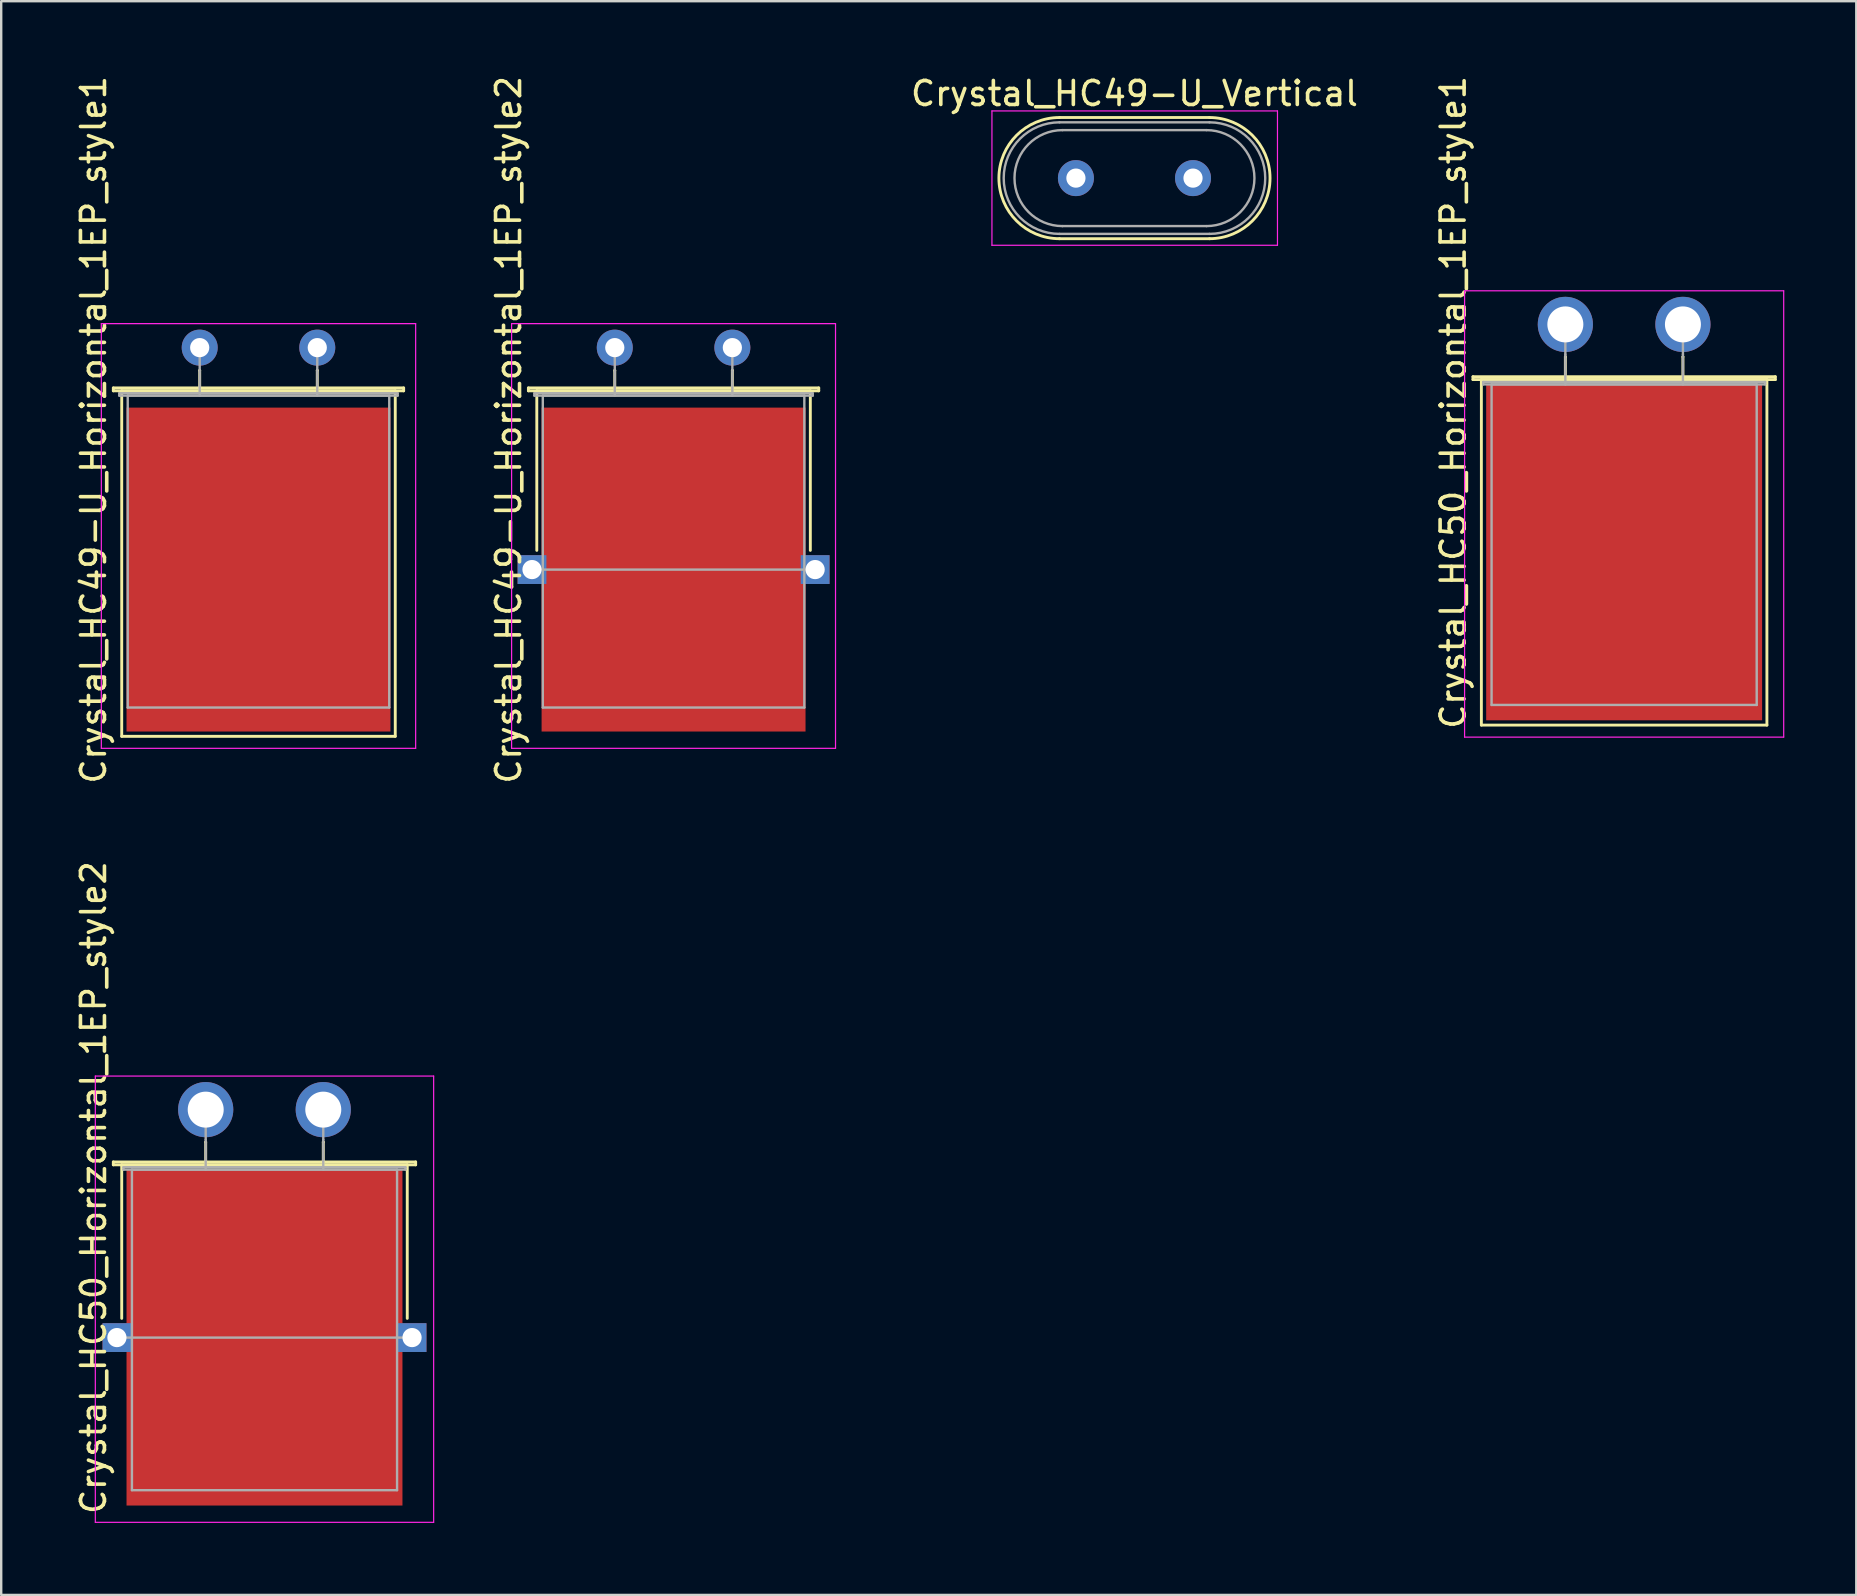
<source format=kicad_pcb>
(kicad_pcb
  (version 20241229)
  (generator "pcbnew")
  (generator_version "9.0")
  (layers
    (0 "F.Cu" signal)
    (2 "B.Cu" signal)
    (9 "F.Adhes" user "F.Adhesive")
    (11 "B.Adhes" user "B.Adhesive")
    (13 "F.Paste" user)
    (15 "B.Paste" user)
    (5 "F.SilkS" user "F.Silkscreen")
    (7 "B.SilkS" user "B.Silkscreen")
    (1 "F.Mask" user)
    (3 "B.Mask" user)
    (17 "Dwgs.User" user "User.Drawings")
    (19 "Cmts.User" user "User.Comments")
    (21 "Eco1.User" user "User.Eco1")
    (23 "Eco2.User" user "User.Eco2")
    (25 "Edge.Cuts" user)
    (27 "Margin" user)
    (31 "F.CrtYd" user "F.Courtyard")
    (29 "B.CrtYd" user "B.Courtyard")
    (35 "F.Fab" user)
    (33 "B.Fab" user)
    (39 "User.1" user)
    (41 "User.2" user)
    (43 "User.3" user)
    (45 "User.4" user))
  (footprint "Crystal_HC49-U_Vertical"
    (layer "F.Cu")
    (at 41.791 4.373)
    (property "Reference" "Crystal_HC49-U_Vertical" (at 2.44 -3.525 0) (layer "F.SilkS") (effects (font (size 1 1) (thickness 0.15))))
    (attr through_hole)
    (fp_line (start -0.685 -2.525) (end 5.565 -2.525) (stroke (width 0.12) (type solid)) (layer "F.SilkS"))
    (fp_line (start -0.685 2.525) (end 5.565 2.525) (stroke (width 0.12) (type solid)) (layer "F.SilkS"))
    (fp_arc (start -0.685 2.525) (mid -3.21 0) (end -0.685 -2.525) (stroke (width 0.12) (type solid)) (layer "F.SilkS"))
    (fp_arc (start 5.565 -2.525) (mid 8.09 0) (end 5.565 2.525) (stroke (width 0.12) (type solid)) (layer "F.SilkS"))
    (fp_line (start -3.5 -2.8) (end -3.5 2.8) (stroke (width 0.05) (type solid)) (layer "F.CrtYd"))
    (fp_line (start -3.5 2.8) (end 8.4 2.8) (stroke (width 0.05) (type solid)) (layer "F.CrtYd"))
    (fp_line (start 8.4 -2.8) (end -3.5 -2.8) (stroke (width 0.05) (type solid)) (layer "F.CrtYd"))
    (fp_line (start 8.4 2.8) (end 8.4 -2.8) (stroke (width 0.05) (type solid)) (layer "F.CrtYd"))
    (fp_line (start -0.685 -2.325) (end 5.565 -2.325) (stroke (width 0.1) (type solid)) (layer "F.Fab"))
    (fp_line (start -0.685 2.325) (end 5.565 2.325) (stroke (width 0.1) (type solid)) (layer "F.Fab"))
    (fp_line (start -0.56 -2) (end 5.44 -2) (stroke (width 0.1) (type solid)) (layer "F.Fab"))
    (fp_line (start -0.56 2) (end 5.44 2) (stroke (width 0.1) (type solid)) (layer "F.Fab"))
    (fp_arc (start -0.685 2.325) (mid -3.01 0) (end -0.685 -2.325) (stroke (width 0.1) (type solid)) (layer "F.Fab"))
    (fp_arc (start -0.56 2) (mid -2.56 0) (end -0.56 -2) (stroke (width 0.1) (type solid)) (layer "F.Fab"))
    (fp_arc (start 5.44 -2) (mid 7.44 0) (end 5.44 2) (stroke (width 0.1) (type solid)) (layer "F.Fab"))
    (fp_arc (start 5.565 -2.325) (mid 7.89 0) (end 5.565 2.325) (stroke (width 0.1) (type solid)) (layer "F.Fab"))
    (pad "1" thru_hole circle (at 0 0) (size 1.5 1.5) (drill 0.8) (layers "*.Cu" "*.Mask"))
    (pad "2" thru_hole circle (at 4.88 0) (size 1.5 1.5) (drill 0.8) (layers "*.Cu" "*.Mask")))
  (footprint "Crystal_HC50_Horizontal_1EP_style1"
    (layer "F.Cu")
    (at 62.189 10.47)
    (property "Reference" "Crystal_HC50_Horizontal_1EP_style1" (at -4.675 3.25 90) (layer "F.SilkS") (effects (font (size 1 1) (thickness 0.15))))
    (attr through_hole)
    (fp_line (start -3.85 2.18) (end 8.75 2.18) (stroke (width 0.12) (type solid)) (layer "F.SilkS"))
    (fp_line (start -3.85 2.3) (end -3.85 2.18) (stroke (width 0.12) (type solid)) (layer "F.SilkS"))
    (fp_line (start -3.5 2.3) (end -3.5 16.7) (stroke (width 0.12) (type solid)) (layer "F.SilkS"))
    (fp_line (start -3.5 16.7) (end 8.4 16.7) (stroke (width 0.12) (type solid)) (layer "F.SilkS"))
    (fp_line (start 0 1.35) (end 0 1.35) (stroke (width 0.12) (type solid)) (layer "F.SilkS"))
    (fp_line (start 0 2.3) (end 0 1.35) (stroke (width 0.12) (type solid)) (layer "F.SilkS"))
    (fp_line (start 4.9 1.35) (end 4.9 1.35) (stroke (width 0.12) (type solid)) (layer "F.SilkS"))
    (fp_line (start 4.9 2.3) (end 4.9 1.35) (stroke (width 0.12) (type solid)) (layer "F.SilkS"))
    (fp_line (start 8.4 2.3) (end -3.5 2.3) (stroke (width 0.12) (type solid)) (layer "F.SilkS"))
    (fp_line (start 8.4 16.7) (end 8.4 2.3) (stroke (width 0.12) (type solid)) (layer "F.SilkS"))
    (fp_line (start 8.75 2.18) (end 8.75 2.3) (stroke (width 0.12) (type solid)) (layer "F.SilkS"))
    (fp_line (start 8.75 2.3) (end -3.85 2.3) (stroke (width 0.12) (type solid)) (layer "F.SilkS"))
    (fp_line (start -4.2 -1.4) (end -4.2 17.2) (stroke (width 0.05) (type solid)) (layer "F.CrtYd"))
    (fp_line (start -4.2 17.2) (end 9.1 17.2) (stroke (width 0.05) (type solid)) (layer "F.CrtYd"))
    (fp_line (start 9.1 -1.4) (end -4.2 -1.4) (stroke (width 0.05) (type solid)) (layer "F.CrtYd"))
    (fp_line (start 9.1 17.2) (end 9.1 -1.4) (stroke (width 0.05) (type solid)) (layer "F.CrtYd"))
    (fp_line (start -3.425 2.4) (end 8.325 2.4) (stroke (width 0.1) (type solid)) (layer "F.Fab"))
    (fp_line (start -3.425 2.5) (end -3.425 2.4) (stroke (width 0.1) (type solid)) (layer "F.Fab"))
    (fp_line (start -3.075 2.5) (end -3.075 15.86) (stroke (width 0.1) (type solid)) (layer "F.Fab"))
    (fp_line (start -3.075 15.86) (end 7.975 15.86) (stroke (width 0.1) (type solid)) (layer "F.Fab"))
    (fp_line (start 0 1.25) (end 0 0) (stroke (width 0.1) (type solid)) (layer "F.Fab"))
    (fp_line (start 0 2.5) (end 0 1.25) (stroke (width 0.1) (type solid)) (layer "F.Fab"))
    (fp_line (start 4.9 1.25) (end 4.9 0) (stroke (width 0.1) (type solid)) (layer "F.Fab"))
    (fp_line (start 4.9 2.5) (end 4.9 1.25) (stroke (width 0.1) (type solid)) (layer "F.Fab"))
    (fp_line (start 7.975 2.5) (end -3.075 2.5) (stroke (width 0.1) (type solid)) (layer "F.Fab"))
    (fp_line (start 7.975 15.86) (end 7.975 2.5) (stroke (width 0.1) (type solid)) (layer "F.Fab"))
    (fp_line (start 8.325 2.4) (end 8.325 2.5) (stroke (width 0.1) (type solid)) (layer "F.Fab"))
    (fp_line (start 8.325 2.5) (end -3.425 2.5) (stroke (width 0.1) (type solid)) (layer "F.Fab"))
    (pad "1" thru_hole circle (at 0 0) (size 2.3 2.3) (drill 1.5) (layers "*.Cu" "*.Mask"))
    (pad "2" thru_hole circle (at 4.9 0) (size 2.3 2.3) (drill 1.5) (layers "*.Cu" "*.Mask"))
    (pad "3" smd rect (at 2.45 9.5) (size 11.5 14) (layers "F.Cu" "F.Mask")))
  (footprint "Crystal_HC49-U_Horizontal_1EP_style2"
    (layer "F.Cu")
    (at 22.572 11.438)
    (property "Reference" "Crystal_HC49-U_Horizontal_1EP_style2" (at -4.425 3.425 90) (layer "F.SilkS") (effects (font (size 1 1) (thickness 0.15))))
    (attr through_hole)
    (fp_line (start -3.6 1.68) (end 8.5 1.68) (stroke (width 0.12) (type solid)) (layer "F.SilkS"))
    (fp_line (start -3.6 1.8) (end -3.6 1.68) (stroke (width 0.12) (type solid)) (layer "F.SilkS"))
    (fp_line (start -3.25 1.8) (end 8.15 1.8) (stroke (width 0.12) (type solid)) (layer "F.SilkS"))
    (fp_line (start -3.25 8.45) (end -3.25 1.8) (stroke (width 0.12) (type solid)) (layer "F.SilkS"))
    (fp_line (start 0 0.95) (end 0 0.95) (stroke (width 0.12) (type solid)) (layer "F.SilkS"))
    (fp_line (start 0 1.8) (end 0 0.95) (stroke (width 0.12) (type solid)) (layer "F.SilkS"))
    (fp_line (start 4.9 0.95) (end 4.9 0.95) (stroke (width 0.12) (type solid)) (layer "F.SilkS"))
    (fp_line (start 4.9 1.8) (end 4.9 0.95) (stroke (width 0.12) (type solid)) (layer "F.SilkS"))
    (fp_line (start 8.15 1.8) (end 8.15 8.45) (stroke (width 0.12) (type solid)) (layer "F.SilkS"))
    (fp_line (start 8.5 1.68) (end 8.5 1.8) (stroke (width 0.12) (type solid)) (layer "F.SilkS"))
    (fp_line (start 8.5 1.8) (end -3.6 1.8) (stroke (width 0.12) (type solid)) (layer "F.SilkS"))
    (fp_line (start -4.3 -1) (end -4.3 16.7) (stroke (width 0.05) (type solid)) (layer "F.CrtYd"))
    (fp_line (start -4.3 16.7) (end 9.2 16.7) (stroke (width 0.05) (type solid)) (layer "F.CrtYd"))
    (fp_line (start 9.2 -1) (end -4.3 -1) (stroke (width 0.05) (type solid)) (layer "F.CrtYd"))
    (fp_line (start 9.2 16.7) (end 9.2 -1) (stroke (width 0.05) (type solid)) (layer "F.CrtYd"))
    (fp_line (start -3.45 9.25) (end 8.35 9.25) (stroke (width 0.1) (type solid)) (layer "F.Fab"))
    (fp_line (start -3.35 1.9) (end 8.25 1.9) (stroke (width 0.1) (type solid)) (layer "F.Fab"))
    (fp_line (start -3.35 2) (end -3.35 1.9) (stroke (width 0.1) (type solid)) (layer "F.Fab"))
    (fp_line (start -3 2) (end -3 15) (stroke (width 0.1) (type solid)) (layer "F.Fab"))
    (fp_line (start -3 15) (end 7.9 15) (stroke (width 0.1) (type solid)) (layer "F.Fab"))
    (fp_line (start 0 1) (end 0 0) (stroke (width 0.1) (type solid)) (layer "F.Fab"))
    (fp_line (start 0 2) (end 0 1) (stroke (width 0.1) (type solid)) (layer "F.Fab"))
    (fp_line (start 4.9 1) (end 4.9 0) (stroke (width 0.1) (type solid)) (layer "F.Fab"))
    (fp_line (start 4.9 2) (end 4.9 1) (stroke (width 0.1) (type solid)) (layer "F.Fab"))
    (fp_line (start 7.9 2) (end -3 2) (stroke (width 0.1) (type solid)) (layer "F.Fab"))
    (fp_line (start 7.9 15) (end 7.9 2) (stroke (width 0.1) (type solid)) (layer "F.Fab"))
    (fp_line (start 8.25 1.9) (end 8.25 2) (stroke (width 0.1) (type solid)) (layer "F.Fab"))
    (fp_line (start 8.25 2) (end -3.35 2) (stroke (width 0.1) (type solid)) (layer "F.Fab"))
    (pad "1" thru_hole circle (at 0 0) (size 1.5 1.5) (drill 0.8) (layers "*.Cu" "*.Mask"))
    (pad "2" thru_hole circle (at 4.9 0) (size 1.5 1.5) (drill 0.8) (layers "*.Cu" "*.Mask"))
    (pad "3" thru_hole rect (at -3.45 9.25) (size 1.2 1.2) (drill 0.8) (layers "*.Cu" "*.Mask"))
    (pad "3" smd rect (at 2.45 9.25) (size 11 13.5) (layers "F.Cu" "F.Mask"))
    (pad "3" thru_hole rect (at 8.35 9.25) (size 1.2 1.2) (drill 0.8) (layers "*.Cu" "*.Mask")))
  (footprint "Crystal_HC50_Horizontal_1EP_style2"
    (layer "F.Cu")
    (at 5.523 43.196)
    (property "Reference" "Crystal_HC50_Horizontal_1EP_style2" (at -4.675 3.25 90) (layer "F.SilkS") (effects (font (size 1 1) (thickness 0.15))))
    (attr through_hole)
    (fp_line (start -3.85 2.18) (end 8.75 2.18) (stroke (width 0.12) (type solid)) (layer "F.SilkS"))
    (fp_line (start -3.85 2.3) (end -3.85 2.18) (stroke (width 0.12) (type solid)) (layer "F.SilkS"))
    (fp_line (start -3.5 2.3) (end 8.4 2.3) (stroke (width 0.12) (type solid)) (layer "F.SilkS"))
    (fp_line (start -3.5 8.7) (end -3.5 2.3) (stroke (width 0.12) (type solid)) (layer "F.SilkS"))
    (fp_line (start 0 1.35) (end 0 1.35) (stroke (width 0.12) (type solid)) (layer "F.SilkS"))
    (fp_line (start 0 2.3) (end 0 1.35) (stroke (width 0.12) (type solid)) (layer "F.SilkS"))
    (fp_line (start 4.9 1.35) (end 4.9 1.35) (stroke (width 0.12) (type solid)) (layer "F.SilkS"))
    (fp_line (start 4.9 2.3) (end 4.9 1.35) (stroke (width 0.12) (type solid)) (layer "F.SilkS"))
    (fp_line (start 8.4 2.3) (end 8.4 8.7) (stroke (width 0.12) (type solid)) (layer "F.SilkS"))
    (fp_line (start 8.75 2.18) (end 8.75 2.3) (stroke (width 0.12) (type solid)) (layer "F.SilkS"))
    (fp_line (start 8.75 2.3) (end -3.85 2.3) (stroke (width 0.12) (type solid)) (layer "F.SilkS"))
    (fp_line (start -4.6 -1.4) (end -4.6 17.2) (stroke (width 0.05) (type solid)) (layer "F.CrtYd"))
    (fp_line (start -4.6 17.2) (end 9.5 17.2) (stroke (width 0.05) (type solid)) (layer "F.CrtYd"))
    (fp_line (start 9.5 -1.4) (end -4.6 -1.4) (stroke (width 0.05) (type solid)) (layer "F.CrtYd"))
    (fp_line (start 9.5 17.2) (end 9.5 -1.4) (stroke (width 0.05) (type solid)) (layer "F.CrtYd"))
    (fp_line (start -3.7 9.5) (end 8.6 9.5) (stroke (width 0.1) (type solid)) (layer "F.Fab"))
    (fp_line (start -3.425 2.4) (end 8.325 2.4) (stroke (width 0.1) (type solid)) (layer "F.Fab"))
    (fp_line (start -3.425 2.5) (end -3.425 2.4) (stroke (width 0.1) (type solid)) (layer "F.Fab"))
    (fp_line (start -3.075 2.5) (end -3.075 15.86) (stroke (width 0.1) (type solid)) (layer "F.Fab"))
    (fp_line (start -3.075 15.86) (end 7.975 15.86) (stroke (width 0.1) (type solid)) (layer "F.Fab"))
    (fp_line (start 0 1.25) (end 0 0) (stroke (width 0.1) (type solid)) (layer "F.Fab"))
    (fp_line (start 0 2.5) (end 0 1.25) (stroke (width 0.1) (type solid)) (layer "F.Fab"))
    (fp_line (start 4.9 1.25) (end 4.9 0) (stroke (width 0.1) (type solid)) (layer "F.Fab"))
    (fp_line (start 4.9 2.5) (end 4.9 1.25) (stroke (width 0.1) (type solid)) (layer "F.Fab"))
    (fp_line (start 7.975 2.5) (end -3.075 2.5) (stroke (width 0.1) (type solid)) (layer "F.Fab"))
    (fp_line (start 7.975 15.86) (end 7.975 2.5) (stroke (width 0.1) (type solid)) (layer "F.Fab"))
    (fp_line (start 8.325 2.4) (end 8.325 2.5) (stroke (width 0.1) (type solid)) (layer "F.Fab"))
    (fp_line (start 8.325 2.5) (end -3.425 2.5) (stroke (width 0.1) (type solid)) (layer "F.Fab"))
    (pad "1" thru_hole circle (at 0 0) (size 2.3 2.3) (drill 1.5) (layers "*.Cu" "*.Mask"))
    (pad "2" thru_hole circle (at 4.9 0) (size 2.3 2.3) (drill 1.5) (layers "*.Cu" "*.Mask"))
    (pad "3" thru_hole rect (at -3.7 9.5) (size 1.2 1.2) (drill 0.8) (layers "*.Cu" "*.Mask"))
    (pad "3" smd rect (at 2.45 9.5) (size 11.5 14) (layers "F.Cu" "F.Mask"))
    (pad "3" thru_hole rect (at 8.6 9.5) (size 1.2 1.2) (drill 0.8) (layers "*.Cu" "*.Mask")))
  (footprint "Crystal_HC49-U_Horizontal_1EP_style1"
    (layer "F.Cu")
    (at 5.273 11.438)
    (property "Reference" "Crystal_HC49-U_Horizontal_1EP_style1" (at -4.425 3.425 90) (layer "F.SilkS") (effects (font (size 1 1) (thickness 0.15))))
    (attr through_hole)
    (fp_line (start -3.6 1.68) (end 8.5 1.68) (stroke (width 0.12) (type solid)) (layer "F.SilkS"))
    (fp_line (start -3.6 1.8) (end -3.6 1.68) (stroke (width 0.12) (type solid)) (layer "F.SilkS"))
    (fp_line (start -3.25 1.8) (end -3.25 16.2) (stroke (width 0.12) (type solid)) (layer "F.SilkS"))
    (fp_line (start -3.25 16.2) (end 8.15 16.2) (stroke (width 0.12) (type solid)) (layer "F.SilkS"))
    (fp_line (start 0 0.95) (end 0 0.95) (stroke (width 0.12) (type solid)) (layer "F.SilkS"))
    (fp_line (start 0 1.8) (end 0 0.95) (stroke (width 0.12) (type solid)) (layer "F.SilkS"))
    (fp_line (start 4.9 0.95) (end 4.9 0.95) (stroke (width 0.12) (type solid)) (layer "F.SilkS"))
    (fp_line (start 4.9 1.8) (end 4.9 0.95) (stroke (width 0.12) (type solid)) (layer "F.SilkS"))
    (fp_line (start 8.15 1.8) (end -3.25 1.8) (stroke (width 0.12) (type solid)) (layer "F.SilkS"))
    (fp_line (start 8.15 16.2) (end 8.15 1.8) (stroke (width 0.12) (type solid)) (layer "F.SilkS"))
    (fp_line (start 8.5 1.68) (end 8.5 1.8) (stroke (width 0.12) (type solid)) (layer "F.SilkS"))
    (fp_line (start 8.5 1.8) (end -3.6 1.8) (stroke (width 0.12) (type solid)) (layer "F.SilkS"))
    (fp_line (start -4.1 -1) (end -4.1 16.7) (stroke (width 0.05) (type solid)) (layer "F.CrtYd"))
    (fp_line (start -4.1 16.7) (end 9 16.7) (stroke (width 0.05) (type solid)) (layer "F.CrtYd"))
    (fp_line (start 9 -1) (end -4.1 -1) (stroke (width 0.05) (type solid)) (layer "F.CrtYd"))
    (fp_line (start 9 16.7) (end 9 -1) (stroke (width 0.05) (type solid)) (layer "F.CrtYd"))
    (fp_line (start -3.35 1.9) (end 8.25 1.9) (stroke (width 0.1) (type solid)) (layer "F.Fab"))
    (fp_line (start -3.35 2) (end -3.35 1.9) (stroke (width 0.1) (type solid)) (layer "F.Fab"))
    (fp_line (start -3 2) (end -3 15) (stroke (width 0.1) (type solid)) (layer "F.Fab"))
    (fp_line (start -3 15) (end 7.9 15) (stroke (width 0.1) (type solid)) (layer "F.Fab"))
    (fp_line (start 0 1) (end 0 0) (stroke (width 0.1) (type solid)) (layer "F.Fab"))
    (fp_line (start 0 2) (end 0 1) (stroke (width 0.1) (type solid)) (layer "F.Fab"))
    (fp_line (start 4.9 1) (end 4.9 0) (stroke (width 0.1) (type solid)) (layer "F.Fab"))
    (fp_line (start 4.9 2) (end 4.9 1) (stroke (width 0.1) (type solid)) (layer "F.Fab"))
    (fp_line (start 7.9 2) (end -3 2) (stroke (width 0.1) (type solid)) (layer "F.Fab"))
    (fp_line (start 7.9 15) (end 7.9 2) (stroke (width 0.1) (type solid)) (layer "F.Fab"))
    (fp_line (start 8.25 1.9) (end 8.25 2) (stroke (width 0.1) (type solid)) (layer "F.Fab"))
    (fp_line (start 8.25 2) (end -3.35 2) (stroke (width 0.1) (type solid)) (layer "F.Fab"))
    (pad "1" thru_hole circle (at 0 0) (size 1.5 1.5) (drill 0.8) (layers "*.Cu" "*.Mask"))
    (pad "2" thru_hole circle (at 4.9 0) (size 1.5 1.5) (drill 0.8) (layers "*.Cu" "*.Mask"))
    (pad "3" smd rect (at 2.45 9.25) (size 11 13.5) (layers "F.Cu" "F.Mask")))
  (gr_rect
    (start -3 -3)
    (end 74.314 63.421)
    (stroke (width 0.1) (type default))
    (fill no)
    (layer "Edge.Cuts")))
</source>
